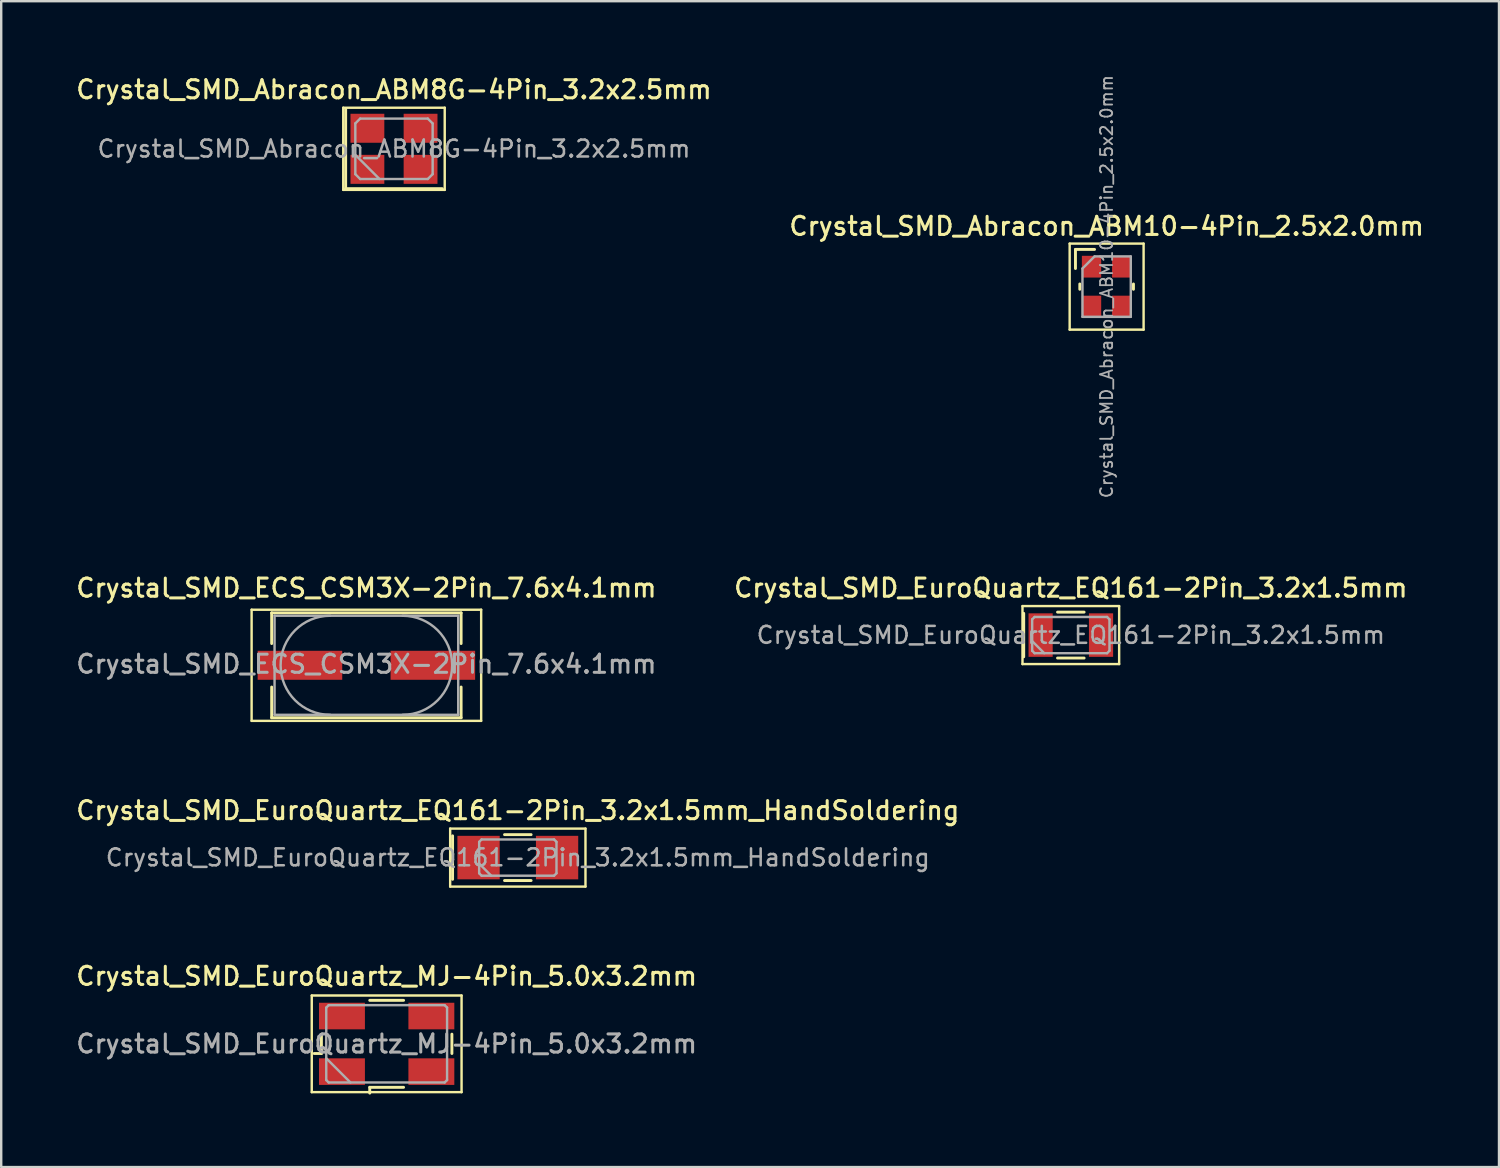
<source format=kicad_pcb>
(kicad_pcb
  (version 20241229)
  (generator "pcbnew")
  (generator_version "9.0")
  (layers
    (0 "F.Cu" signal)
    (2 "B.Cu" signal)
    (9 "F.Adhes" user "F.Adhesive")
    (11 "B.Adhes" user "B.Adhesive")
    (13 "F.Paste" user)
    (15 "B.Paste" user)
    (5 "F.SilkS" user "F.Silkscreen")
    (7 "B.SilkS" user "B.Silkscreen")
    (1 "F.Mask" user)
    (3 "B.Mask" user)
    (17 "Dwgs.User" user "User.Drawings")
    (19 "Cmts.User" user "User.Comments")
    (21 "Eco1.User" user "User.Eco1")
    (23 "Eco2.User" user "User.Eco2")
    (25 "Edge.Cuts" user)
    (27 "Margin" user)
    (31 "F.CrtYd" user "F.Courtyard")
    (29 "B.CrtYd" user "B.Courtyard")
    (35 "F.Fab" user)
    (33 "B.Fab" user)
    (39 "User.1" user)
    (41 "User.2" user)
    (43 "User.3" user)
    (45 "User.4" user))
  (footprint "Crystal_SMD_EuroQuartz_EQ161-2Pin_3.2x1.5mm"
    (layer "F.Cu")
    (at 41.266 23.233)
    (property "Reference" "Crystal_SMD_EuroQuartz_EQ161-2Pin_3.2x1.5mm" (at 0 -1.95 0) (layer "F.SilkS") (effects (font (size 0.75 0.75) (thickness 0.125))))
    (attr smd)
    (fp_line (start -2 -1.2) (end -2 1.2) (stroke (width 0.1) (type solid)) (layer "F.SilkS"))
    (fp_line (start -2 1.2) (end 2 1.2) (stroke (width 0.1) (type solid)) (layer "F.SilkS"))
    (fp_line (start -1.95 -0.9) (end -1.95 0.9) (stroke (width 0.12) (type solid)) (layer "F.SilkS"))
    (fp_line (start -0.55 -0.95) (end 0.55 -0.95) (stroke (width 0.12) (type solid)) (layer "F.SilkS"))
    (fp_line (start -0.55 0.95) (end 0.55 0.95) (stroke (width 0.12) (type solid)) (layer "F.SilkS"))
    (fp_line (start 2 -1.2) (end -2 -1.2) (stroke (width 0.1) (type solid)) (layer "F.SilkS"))
    (fp_line (start 2 1.2) (end 2 -1.2) (stroke (width 0.1) (type solid)) (layer "F.SilkS"))
    (fp_line (start -1.6 -0.65) (end -1.5 -0.75) (stroke (width 0.1) (type solid)) (layer "F.Fab"))
    (fp_line (start -1.6 0.25) (end -1.1 0.75) (stroke (width 0.1) (type solid)) (layer "F.Fab"))
    (fp_line (start -1.6 0.65) (end -1.6 -0.65) (stroke (width 0.1) (type solid)) (layer "F.Fab"))
    (fp_line (start -1.5 -0.75) (end 1.5 -0.75) (stroke (width 0.1) (type solid)) (layer "F.Fab"))
    (fp_line (start -1.5 0.75) (end -1.6 0.65) (stroke (width 0.1) (type solid)) (layer "F.Fab"))
    (fp_line (start 1.5 -0.75) (end 1.6 -0.65) (stroke (width 0.1) (type solid)) (layer "F.Fab"))
    (fp_line (start 1.5 0.75) (end -1.5 0.75) (stroke (width 0.1) (type solid)) (layer "F.Fab"))
    (fp_line (start 1.6 -0.65) (end 1.6 0.65) (stroke (width 0.1) (type solid)) (layer "F.Fab"))
    (fp_line (start 1.6 0.65) (end 1.5 0.75) (stroke (width 0.1) (type solid)) (layer "F.Fab"))
    (fp_text user "${REFERENCE}" (at 0 0 0) (layer "F.Fab") (effects (font (size 0.7 0.7) (thickness 0.105))))
    (pad "1" smd rect (at -1.25 0) (size 1 1.8) (layers "F.Cu" "F.Mask" "F.Paste"))
    (pad "2" smd rect (at 1.25 0) (size 1 1.8) (layers "F.Cu" "F.Mask" "F.Paste")))
  (footprint "Crystal_SMD_EuroQuartz_EQ161-2Pin_3.2x1.5mm_HandSoldering"
    (layer "F.Cu")
    (at 18.38 32.441)
    (property "Reference" "Crystal_SMD_EuroQuartz_EQ161-2Pin_3.2x1.5mm_HandSoldering" (at 0 -1.95 0) (layer "F.SilkS") (effects (font (size 0.75 0.75) (thickness 0.125))))
    (attr smd)
    (fp_line (start -2.8 -1.2) (end -2.8 1.2) (stroke (width 0.1) (type solid)) (layer "F.SilkS"))
    (fp_line (start -2.8 1.2) (end 2.8 1.2) (stroke (width 0.1) (type solid)) (layer "F.SilkS"))
    (fp_line (start -2.7 -0.9) (end -2.7 0.9) (stroke (width 0.12) (type solid)) (layer "F.SilkS"))
    (fp_line (start -0.55 -0.95) (end 0.55 -0.95) (stroke (width 0.12) (type solid)) (layer "F.SilkS"))
    (fp_line (start -0.55 0.95) (end 0.55 0.95) (stroke (width 0.12) (type solid)) (layer "F.SilkS"))
    (fp_line (start 2.8 -1.2) (end -2.8 -1.2) (stroke (width 0.1) (type solid)) (layer "F.SilkS"))
    (fp_line (start 2.8 1.2) (end 2.8 -1.2) (stroke (width 0.1) (type solid)) (layer "F.SilkS"))
    (fp_line (start -1.6 -0.65) (end -1.5 -0.75) (stroke (width 0.1) (type solid)) (layer "F.Fab"))
    (fp_line (start -1.6 0.25) (end -1.1 0.75) (stroke (width 0.1) (type solid)) (layer "F.Fab"))
    (fp_line (start -1.6 0.65) (end -1.6 -0.65) (stroke (width 0.1) (type solid)) (layer "F.Fab"))
    (fp_line (start -1.5 -0.75) (end 1.5 -0.75) (stroke (width 0.1) (type solid)) (layer "F.Fab"))
    (fp_line (start -1.5 0.75) (end -1.6 0.65) (stroke (width 0.1) (type solid)) (layer "F.Fab"))
    (fp_line (start 1.5 -0.75) (end 1.6 -0.65) (stroke (width 0.1) (type solid)) (layer "F.Fab"))
    (fp_line (start 1.5 0.75) (end -1.5 0.75) (stroke (width 0.1) (type solid)) (layer "F.Fab"))
    (fp_line (start 1.6 -0.65) (end 1.6 0.65) (stroke (width 0.1) (type solid)) (layer "F.Fab"))
    (fp_line (start 1.6 0.65) (end 1.5 0.75) (stroke (width 0.1) (type solid)) (layer "F.Fab"))
    (fp_text user "${REFERENCE}" (at 0 0 0) (layer "F.Fab") (effects (font (size 0.7 0.7) (thickness 0.105))))
    (pad "1" smd rect (at -1.625 0) (size 1.75 1.8) (layers "F.Cu" "F.Mask" "F.Paste"))
    (pad "2" smd rect (at 1.625 0) (size 1.75 1.8) (layers "F.Cu" "F.Mask" "F.Paste")))
  (footprint "Crystal_SMD_Abracon_ABM8G-4Pin_3.2x2.5mm"
    (layer "F.Cu")
    (at 13.255 3.108)
    (property "Reference" "Crystal_SMD_Abracon_ABM8G-4Pin_3.2x2.5mm" (at 0 -2.45 0) (layer "F.SilkS") (effects (font (size 0.75 0.75) (thickness 0.125))))
    (attr smd)
    (fp_line (start -2.1 -1.7) (end -2.1 1.7) (stroke (width 0.1) (type solid)) (layer "F.SilkS"))
    (fp_line (start -2.1 1.7) (end 2.1 1.7) (stroke (width 0.1) (type solid)) (layer "F.SilkS"))
    (fp_line (start -2 -1.65) (end -2 1.65) (stroke (width 0.12) (type solid)) (layer "F.SilkS"))
    (fp_line (start -2 1.65) (end 2 1.65) (stroke (width 0.12) (type solid)) (layer "F.SilkS"))
    (fp_line (start 2.1 -1.7) (end -2.1 -1.7) (stroke (width 0.1) (type solid)) (layer "F.SilkS"))
    (fp_line (start 2.1 1.7) (end 2.1 -1.7) (stroke (width 0.1) (type solid)) (layer "F.SilkS"))
    (fp_line (start -1.6 -1.05) (end -1.4 -1.25) (stroke (width 0.1) (type solid)) (layer "F.Fab"))
    (fp_line (start -1.6 0.25) (end -0.6 1.25) (stroke (width 0.1) (type solid)) (layer "F.Fab"))
    (fp_line (start -1.6 1.05) (end -1.6 -1.05) (stroke (width 0.1) (type solid)) (layer "F.Fab"))
    (fp_line (start -1.4 -1.25) (end 1.4 -1.25) (stroke (width 0.1) (type solid)) (layer "F.Fab"))
    (fp_line (start -1.4 1.25) (end -1.6 1.05) (stroke (width 0.1) (type solid)) (layer "F.Fab"))
    (fp_line (start 1.4 -1.25) (end 1.6 -1.05) (stroke (width 0.1) (type solid)) (layer "F.Fab"))
    (fp_line (start 1.4 1.25) (end -1.4 1.25) (stroke (width 0.1) (type solid)) (layer "F.Fab"))
    (fp_line (start 1.6 -1.05) (end 1.6 1.05) (stroke (width 0.1) (type solid)) (layer "F.Fab"))
    (fp_line (start 1.6 1.05) (end 1.4 1.25) (stroke (width 0.1) (type solid)) (layer "F.Fab"))
    (fp_text user "${REFERENCE}" (at 0 0 0) (layer "F.Fab") (effects (font (size 0.7 0.7) (thickness 0.105))))
    (pad "1" smd rect (at -1.1 0.85) (size 1.4 1.2) (layers "F.Cu" "F.Mask" "F.Paste"))
    (pad "2" smd rect (at 1.1 0.85) (size 1.4 1.2) (layers "F.Cu" "F.Mask" "F.Paste"))
    (pad "3" smd rect (at 1.1 -0.85) (size 1.4 1.2) (layers "F.Cu" "F.Mask" "F.Paste"))
    (pad "4" smd rect (at -1.1 -0.85) (size 1.4 1.2) (layers "F.Cu" "F.Mask" "F.Paste")))
  (footprint "Crystal_SMD_Abracon_ABM10-4Pin_2.5x2.0mm"
    (layer "F.Cu")
    (at 42.748 8.812)
    (property "Reference" "Crystal_SMD_Abracon_ABM10-4Pin_2.5x2.0mm" (at 0 -2.5 0) (layer "F.SilkS") (effects (font (size 0.75 0.75) (thickness 0.125))))
    (attr smd)
    (fp_line (start -1.53 -1.78) (end -1.53 1.78) (stroke (width 0.1) (type solid)) (layer "F.SilkS"))
    (fp_line (start -1.53 1.78) (end 1.53 1.78) (stroke (width 0.1) (type solid)) (layer "F.SilkS"))
    (fp_line (start -1.29 -0.75) (end -1.29 -1.54) (stroke (width 0.12) (type solid)) (layer "F.SilkS"))
    (fp_line (start -1.11 -0.11) (end -1.11 0.11) (stroke (width 0.12) (type solid)) (layer "F.SilkS"))
    (fp_line (start -0.5 -1.54) (end -1.29 -1.54) (stroke (width 0.12) (type solid)) (layer "F.SilkS"))
    (fp_line (start 1.11 -0.11) (end 1.11 0.11) (stroke (width 0.12) (type solid)) (layer "F.SilkS"))
    (fp_line (start 1.53 -1.78) (end -1.53 -1.78) (stroke (width 0.1) (type solid)) (layer "F.SilkS"))
    (fp_line (start 1.53 -1.78) (end 1.53 1.78) (stroke (width 0.1) (type solid)) (layer "F.SilkS"))
    (fp_line (start -1 -0.75) (end -1 1.25) (stroke (width 0.1) (type solid)) (layer "F.Fab"))
    (fp_line (start -1 1.25) (end 1 1.25) (stroke (width 0.1) (type solid)) (layer "F.Fab"))
    (fp_line (start -0.5 -1.25) (end -1 -0.75) (stroke (width 0.1) (type solid)) (layer "F.Fab"))
    (fp_line (start -0.5 -1.25) (end 1 -1.25) (stroke (width 0.1) (type solid)) (layer "F.Fab"))
    (fp_line (start 1 -1.25) (end 1 1.25) (stroke (width 0.1) (type solid)) (layer "F.Fab"))
    (fp_text user "${REFERENCE}" (at 0 0 90) (layer "F.Fab") (effects (font (size 0.5 0.5) (thickness 0.075))))
    (pad "1" smd rect (at -0.625 -0.825) (size 0.8 0.9) (layers "F.Cu" "F.Mask" "F.Paste"))
    (pad "2" smd rect (at -0.625 0.825) (size 0.8 0.9) (layers "F.Cu" "F.Mask" "F.Paste"))
    (pad "3" smd rect (at 0.625 0.825) (size 0.8 0.9) (layers "F.Cu" "F.Mask" "F.Paste"))
    (pad "4" smd rect (at 0.625 -0.825) (size 0.8 0.9) (layers "F.Cu" "F.Mask" "F.Paste")))
  (footprint "Crystal_SMD_EuroQuartz_MJ-4Pin_5.0x3.2mm"
    (layer "F.Cu")
    (at 12.952 40.149)
    (property "Reference" "Crystal_SMD_EuroQuartz_MJ-4Pin_5.0x3.2mm" (at 0 -2.8 0) (layer "F.SilkS") (effects (font (size 0.75 0.75) (thickness 0.125))))
    (attr smd)
    (fp_line (start -3.1 -2) (end -3.1 2) (stroke (width 0.1) (type solid)) (layer "F.SilkS"))
    (fp_line (start -3.1 2) (end 3.1 2) (stroke (width 0.1) (type solid)) (layer "F.SilkS"))
    (fp_line (start -3 0.4) (end -2.7 0.4) (stroke (width 0.12) (type solid)) (layer "F.SilkS"))
    (fp_line (start -2.7 0.4) (end -2.7 -0.4) (stroke (width 0.12) (type solid)) (layer "F.SilkS"))
    (fp_line (start -0.7 -1.8) (end 0.7 -1.8) (stroke (width 0.12) (type solid)) (layer "F.SilkS"))
    (fp_line (start -0.7 1.8) (end -0.7 2.04) (stroke (width 0.12) (type solid)) (layer "F.SilkS"))
    (fp_line (start 0.7 1.8) (end -0.7 1.8) (stroke (width 0.12) (type solid)) (layer "F.SilkS"))
    (fp_line (start 2.7 -0.4) (end 2.7 0.4) (stroke (width 0.12) (type solid)) (layer "F.SilkS"))
    (fp_line (start 3.1 -2) (end -3.1 -2) (stroke (width 0.1) (type solid)) (layer "F.SilkS"))
    (fp_line (start 3.1 2) (end 3.1 -2) (stroke (width 0.1) (type solid)) (layer "F.SilkS"))
    (fp_line (start -2.5 -1.5) (end -2.4 -1.6) (stroke (width 0.1) (type solid)) (layer "F.Fab"))
    (fp_line (start -2.5 0.6) (end -1.5 1.6) (stroke (width 0.1) (type solid)) (layer "F.Fab"))
    (fp_line (start -2.5 1.5) (end -2.5 -1.5) (stroke (width 0.1) (type solid)) (layer "F.Fab"))
    (fp_line (start -2.4 -1.6) (end 2.4 -1.6) (stroke (width 0.1) (type solid)) (layer "F.Fab"))
    (fp_line (start -2.4 1.6) (end -2.5 1.5) (stroke (width 0.1) (type solid)) (layer "F.Fab"))
    (fp_line (start 2.4 -1.6) (end 2.5 -1.5) (stroke (width 0.1) (type solid)) (layer "F.Fab"))
    (fp_line (start 2.4 1.6) (end -2.4 1.6) (stroke (width 0.1) (type solid)) (layer "F.Fab"))
    (fp_line (start 2.5 -1.5) (end 2.5 1.5) (stroke (width 0.1) (type solid)) (layer "F.Fab"))
    (fp_line (start 2.5 1.5) (end 2.4 1.6) (stroke (width 0.1) (type solid)) (layer "F.Fab"))
    (fp_text user "${REFERENCE}" (at 0 0 0) (layer "F.Fab") (effects (font (size 0.75 0.75) (thickness 0.125))))
    (pad "1" smd rect (at -1.85 1.15) (size 1.9 1.1) (layers "F.Cu" "F.Mask" "F.Paste"))
    (pad "2" smd rect (at 1.85 1.15) (size 1.9 1.1) (layers "F.Cu" "F.Mask" "F.Paste"))
    (pad "3" smd rect (at 1.85 -1.15) (size 1.9 1.1) (layers "F.Cu" "F.Mask" "F.Paste"))
    (pad "4" smd rect (at -1.85 -1.15) (size 1.9 1.1) (layers "F.Cu" "F.Mask" "F.Paste")))
  (footprint "Crystal_SMD_ECS_CSM3X-2Pin_7.6x4.1mm"
    (layer "F.Cu")
    (at 12.113 24.483)
    (property "Reference" "Crystal_SMD_ECS_CSM3X-2Pin_7.6x4.1mm" (at 0 -3.2 0) (layer "F.SilkS") (effects (font (size 0.75 0.75) (thickness 0.125))))
    (attr smd)
    (fp_line (start -4.75 -2.3) (end -4.75 2.3) (stroke (width 0.1) (type solid)) (layer "F.SilkS"))
    (fp_line (start -4.75 -2.3) (end 4.75 -2.3) (stroke (width 0.1) (type solid)) (layer "F.SilkS"))
    (fp_line (start -4.75 2.3) (end 4.75 2.3) (stroke (width 0.1) (type solid)) (layer "F.SilkS"))
    (fp_line (start -3.92 -2.17) (end -3.92 -0.9) (stroke (width 0.12) (type solid)) (layer "F.SilkS"))
    (fp_line (start -3.92 -2.17) (end 3.92 -2.17) (stroke (width 0.12) (type solid)) (layer "F.SilkS"))
    (fp_line (start -3.92 2.17) (end -3.92 0.9) (stroke (width 0.12) (type solid)) (layer "F.SilkS"))
    (fp_line (start -3.92 2.17) (end 3.92 2.17) (stroke (width 0.12) (type solid)) (layer "F.SilkS"))
    (fp_line (start 3.92 -2.17) (end 3.92 -0.9) (stroke (width 0.12) (type solid)) (layer "F.SilkS"))
    (fp_line (start 3.92 2.17) (end 3.92 0.9) (stroke (width 0.12) (type solid)) (layer "F.SilkS"))
    (fp_line (start 4.75 -2.3) (end 4.75 2.3) (stroke (width 0.1) (type solid)) (layer "F.SilkS"))
    (fp_line (start -3.8 -2.05) (end 3.8 -2.05) (stroke (width 0.1) (type solid)) (layer "F.Fab"))
    (fp_line (start -3.8 2.05) (end -3.8 -2.05) (stroke (width 0.1) (type solid)) (layer "F.Fab"))
    (fp_line (start 3.8 -2.05) (end 3.8 2.05) (stroke (width 0.1) (type solid)) (layer "F.Fab"))
    (fp_line (start 3.8 2.05) (end -3.8 2.05) (stroke (width 0.1) (type solid)) (layer "F.Fab"))
    (fp_arc (start -1.5 2.05) (mid -3.55 0) (end -1.5 -2.05) (stroke (width 0.1) (type solid)) (layer "F.Fab"))
    (fp_arc (start 1.5 -2.05) (mid 3.55 0) (end 1.5 2.05) (stroke (width 0.1) (type solid)) (layer "F.Fab"))
    (fp_text user "${REFERENCE}" (at 0 -0.05 0) (layer "F.Fab") (effects (font (size 0.75 0.75) (thickness 0.125))))
    (pad "1" smd rect (at -2.75 0) (size 3.5 1.2) (layers "F.Cu" "F.Mask" "F.Paste"))
    (pad "2" smd rect (at 2.75 0) (size 3.5 1.2) (layers "F.Cu" "F.Mask" "F.Paste")))
  (gr_rect
    (start -3 -3)
    (end 58.986 45.249)
    (stroke (width 0.1) (type default))
    (fill no)
    (layer "Edge.Cuts")))
</source>
